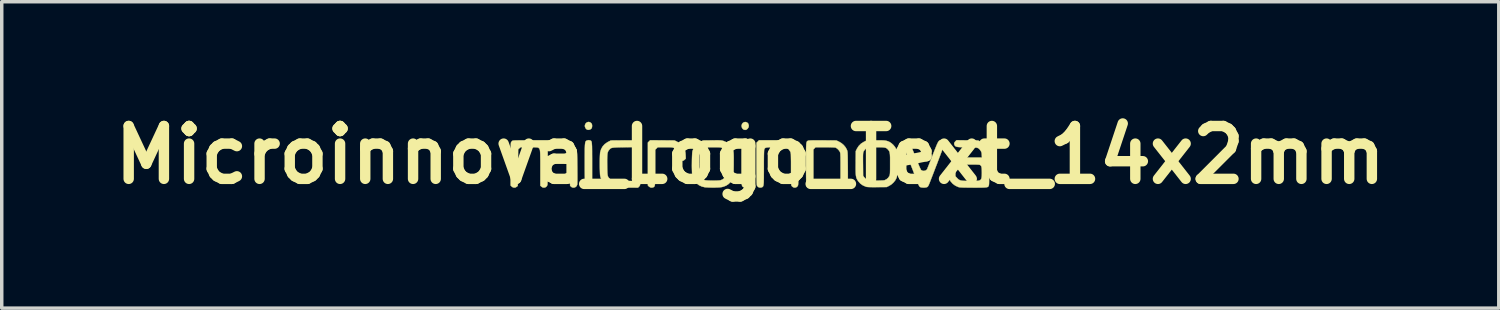
<source format=kicad_pcb>
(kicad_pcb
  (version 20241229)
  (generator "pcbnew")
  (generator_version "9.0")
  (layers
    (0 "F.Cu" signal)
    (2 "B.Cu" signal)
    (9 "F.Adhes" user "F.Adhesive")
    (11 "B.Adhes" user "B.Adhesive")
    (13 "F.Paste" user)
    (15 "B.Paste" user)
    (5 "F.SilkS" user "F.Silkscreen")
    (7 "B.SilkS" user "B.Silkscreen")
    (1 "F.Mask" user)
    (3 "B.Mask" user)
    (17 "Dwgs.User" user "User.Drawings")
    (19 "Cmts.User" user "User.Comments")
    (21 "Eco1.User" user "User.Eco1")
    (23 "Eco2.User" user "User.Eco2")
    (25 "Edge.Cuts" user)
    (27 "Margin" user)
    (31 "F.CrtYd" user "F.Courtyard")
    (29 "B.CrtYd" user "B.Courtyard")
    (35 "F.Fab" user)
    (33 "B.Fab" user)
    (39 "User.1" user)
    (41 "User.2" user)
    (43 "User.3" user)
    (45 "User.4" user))
  (footprint "Microinnova_Logo_Text_14x2mm"
    (layer "F.Cu")
    (at 18.586 1.418)
    (property "Reference" "Microinnova_Logo_Text_14x2mm" (at 0 0 0) (layer "F.SilkS") (effects (font (size 1.524 1.524) (thickness 0.3))))
    (attr through_hole)
    (fp_poly (pts (xy -0.101 -0.941) (xy -0.07 -0.917) (xy -0.057 -0.898) (xy -0.042 -0.849) (xy -0.048 -0.803) (xy -0.074 -0.761) (xy -0.078 -0.756) (xy -0.113 -0.729) (xy -0.148 -0.721) (xy -0.188 -0.731) (xy -0.219 -0.753) (xy -0.241 -0.789) (xy -0.251 -0.832) (xy -0.25 -0.852) (xy -0.236 -0.895) (xy -0.21 -0.926) (xy -0.176 -0.945) (xy -0.138 -0.95) (xy -0.101 -0.941)) (stroke (width 0.01) (type solid)) (fill yes) (layer "F.SilkS"))
    (fp_poly (pts (xy -4.626 -0.945) (xy -4.592 -0.922) (xy -4.573 -0.898) (xy -4.564 -0.873) (xy -4.561 -0.837) (xy -4.565 -0.797) (xy -4.577 -0.768) (xy -4.585 -0.757) (xy -4.618 -0.734) (xy -4.659 -0.723) (xy -4.701 -0.728) (xy -4.707 -0.73) (xy -4.728 -0.746) (xy -4.75 -0.771) (xy -4.752 -0.775) (xy -4.769 -0.817) (xy -4.769 -0.857) (xy -4.756 -0.894) (xy -4.731 -0.924) (xy -4.7 -0.944) (xy -4.664 -0.952) (xy -4.626 -0.945)) (stroke (width 0.01) (type solid)) (fill yes) (layer "F.SilkS"))
    (fp_poly (pts (xy -4.633 -0.423) (xy -4.618 -0.419) (xy -4.606 -0.415) (xy -4.595 -0.409) (xy -4.587 -0.4) (xy -4.58 -0.386) (xy -4.574 -0.366) (xy -4.57 -0.337) (xy -4.567 -0.299) (xy -4.564 -0.25) (xy -4.563 -0.188) (xy -4.562 -0.111) (xy -4.562 -0.019) (xy -4.561 0.091) (xy -4.561 0.22) (xy -4.561 0.261) (xy -4.561 0.883) (xy -4.59 0.912) (xy -4.625 0.935) (xy -4.666 0.943) (xy -4.706 0.935) (xy -4.729 0.92) (xy -4.751 0.894) (xy -4.763 0.871) (xy -4.765 0.856) (xy -4.767 0.82) (xy -4.769 0.767) (xy -4.77 0.698) (xy -4.771 0.615) (xy -4.772 0.518) (xy -4.773 0.411) (xy -4.773 0.294) (xy -4.773 0.258) (xy -4.773 0.125) (xy -4.773 0.012) (xy -4.772 -0.084) (xy -4.772 -0.164) (xy -4.77 -0.228) (xy -4.768 -0.28) (xy -4.764 -0.32) (xy -4.76 -0.351) (xy -4.754 -0.373) (xy -4.747 -0.389) (xy -4.738 -0.4) (xy -4.728 -0.408) (xy -4.716 -0.414) (xy -4.706 -0.418) (xy -4.668 -0.427) (xy -4.633 -0.423)) (stroke (width 0.01) (type solid)) (fill yes) (layer "F.SilkS"))
    (fp_poly (pts (xy -0.124 -0.423) (xy -0.085 -0.405) (xy -0.063 -0.384) (xy -0.059 -0.378) (xy -0.055 -0.37) (xy -0.052 -0.359) (xy -0.049 -0.344) (xy -0.047 -0.323) (xy -0.046 -0.293) (xy -0.045 -0.254) (xy -0.044 -0.203) (xy -0.043 -0.139) (xy -0.043 -0.061) (xy -0.042 0.034) (xy -0.042 0.147) (xy -0.042 0.262) (xy -0.042 0.88) (xy -0.073 0.911) (xy -0.103 0.934) (xy -0.135 0.941) (xy -0.145 0.942) (xy -0.176 0.938) (xy -0.199 0.93) (xy -0.202 0.928) (xy -0.212 0.92) (xy -0.222 0.912) (xy -0.23 0.902) (xy -0.236 0.89) (xy -0.241 0.873) (xy -0.245 0.849) (xy -0.248 0.818) (xy -0.251 0.777) (xy -0.252 0.724) (xy -0.253 0.658) (xy -0.254 0.578) (xy -0.254 0.481) (xy -0.254 0.366) (xy -0.254 0.26) (xy -0.254 0.131) (xy -0.254 0.022) (xy -0.254 -0.069) (xy -0.253 -0.144) (xy -0.252 -0.205) (xy -0.251 -0.253) (xy -0.25 -0.291) (xy -0.248 -0.319) (xy -0.246 -0.339) (xy -0.243 -0.354) (xy -0.24 -0.365) (xy -0.236 -0.374) (xy -0.233 -0.378) (xy -0.203 -0.409) (xy -0.165 -0.424) (xy -0.124 -0.423)) (stroke (width 0.01) (type solid)) (fill yes) (layer "F.SilkS"))
    (fp_poly (pts (xy -2.536 -0.421) (xy -2.185 -0.418) (xy -2.114 -0.384) (xy -2.034 -0.335) (xy -1.965 -0.27) (xy -1.913 -0.193) (xy -1.903 -0.173) (xy -1.886 -0.135) (xy -1.876 -0.099) (xy -1.869 -0.06) (xy -1.865 -0.008) (xy -1.865 0.001) (xy -1.86 0.105) (xy -1.892 0.137) (xy -1.923 0.161) (xy -1.955 0.169) (xy -1.963 0.169) (xy -2.01 0.162) (xy -2.043 0.14) (xy -2.064 0.102) (xy -2.074 0.047) (xy -2.074 0.021) (xy -2.083 -0.054) (xy -2.109 -0.117) (xy -2.153 -0.168) (xy -2.204 -0.202) (xy -2.219 -0.209) (xy -2.237 -0.214) (xy -2.261 -0.218) (xy -2.294 -0.22) (xy -2.339 -0.222) (xy -2.399 -0.222) (xy -2.456 -0.222) (xy -2.669 -0.222) (xy -2.741 -0.15) (xy -2.741 0.354) (xy -2.741 0.476) (xy -2.741 0.578) (xy -2.742 0.663) (xy -2.743 0.732) (xy -2.745 0.787) (xy -2.748 0.83) (xy -2.751 0.862) (xy -2.756 0.886) (xy -2.762 0.903) (xy -2.77 0.914) (xy -2.779 0.923) (xy -2.791 0.93) (xy -2.793 0.931) (xy -2.836 0.943) (xy -2.88 0.937) (xy -2.919 0.914) (xy -2.922 0.911) (xy -2.953 0.88) (xy -2.953 -0.358) (xy -2.92 -0.391) (xy -2.887 -0.424) (xy -2.536 -0.421)) (stroke (width 0.01) (type solid)) (fill yes) (layer "F.SilkS"))
    (fp_poly (pts (xy 4.52 -0.423) (xy 4.535 -0.419) (xy 4.55 -0.412) (xy 4.565 -0.398) (xy 4.58 -0.377) (xy 4.597 -0.347) (xy 4.617 -0.305) (xy 4.641 -0.251) (xy 4.669 -0.182) (xy 4.703 -0.097) (xy 4.744 0.007) (xy 4.747 0.015) (xy 4.782 0.102) (xy 4.814 0.184) (xy 4.845 0.257) (xy 4.871 0.321) (xy 4.894 0.372) (xy 4.911 0.409) (xy 4.921 0.428) (xy 4.923 0.431) (xy 4.957 0.453) (xy 4.998 0.461) (xy 5.041 0.455) (xy 5.077 0.436) (xy 5.1 0.41) (xy 5.106 0.395) (xy 5.119 0.362) (xy 5.138 0.315) (xy 5.162 0.255) (xy 5.19 0.184) (xy 5.221 0.105) (xy 5.254 0.02) (xy 5.26 0.005) (xy 5.3 -0.098) (xy 5.334 -0.183) (xy 5.362 -0.252) (xy 5.385 -0.306) (xy 5.405 -0.348) (xy 5.422 -0.378) (xy 5.437 -0.399) (xy 5.452 -0.412) (xy 5.467 -0.42) (xy 5.483 -0.423) (xy 5.499 -0.423) (xy 5.537 -0.414) (xy 5.57 -0.391) (xy 5.592 -0.36) (xy 5.599 -0.331) (xy 5.596 -0.32) (xy 5.59 -0.297) (xy 5.578 -0.262) (xy 5.561 -0.215) (xy 5.539 -0.154) (xy 5.511 -0.079) (xy 5.477 0.01) (xy 5.437 0.116) (xy 5.391 0.238) (xy 5.337 0.377) (xy 5.277 0.534) (xy 5.209 0.709) (xy 5.179 0.786) (xy 5.157 0.841) (xy 5.14 0.878) (xy 5.126 0.903) (xy 5.112 0.919) (xy 5.101 0.926) (xy 5.069 0.936) (xy 5.024 0.941) (xy 4.976 0.941) (xy 4.932 0.936) (xy 4.899 0.926) (xy 4.898 0.926) (xy 4.884 0.914) (xy 4.87 0.894) (xy 4.853 0.862) (xy 4.833 0.814) (xy 4.822 0.786) (xy 4.751 0.603) (xy 4.688 0.438) (xy 4.631 0.292) (xy 4.582 0.163) (xy 4.539 0.051) (xy 4.503 -0.045) (xy 4.473 -0.126) (xy 4.448 -0.192) (xy 4.429 -0.245) (xy 4.416 -0.284) (xy 4.407 -0.312) (xy 4.403 -0.328) (xy 4.403 -0.331) (xy 4.412 -0.366) (xy 4.437 -0.396) (xy 4.471 -0.417) (xy 4.502 -0.423) (xy 4.52 -0.423)) (stroke (width 0.01) (type solid)) (fill yes) (layer "F.SilkS"))
    (fp_poly (pts (xy -3.429 -0.422) (xy -3.353 -0.421) (xy -3.296 -0.419) (xy -3.258 -0.417) (xy -3.239 -0.413) (xy -3.239 -0.413) (xy -3.204 -0.389) (xy -3.184 -0.354) (xy -3.181 -0.315) (xy -3.195 -0.276) (xy -3.213 -0.253) (xy -3.24 -0.228) (xy -3.607 -0.222) (xy -3.71 -0.221) (xy -3.794 -0.219) (xy -3.862 -0.217) (xy -3.915 -0.214) (xy -3.956 -0.21) (xy -3.987 -0.204) (xy -4.011 -0.197) (xy -4.029 -0.187) (xy -4.045 -0.174) (xy -4.06 -0.157) (xy -4.073 -0.141) (xy -4.089 -0.12) (xy -4.101 -0.098) (xy -4.111 -0.071) (xy -4.118 -0.038) (xy -4.122 0.005) (xy -4.125 0.06) (xy -4.127 0.128) (xy -4.127 0.213) (xy -4.126 0.296) (xy -4.125 0.387) (xy -4.123 0.459) (xy -4.121 0.516) (xy -4.117 0.559) (xy -4.112 0.592) (xy -4.105 0.617) (xy -4.095 0.637) (xy -4.082 0.655) (xy -4.065 0.673) (xy -4.057 0.682) (xy -4.04 0.698) (xy -4.023 0.712) (xy -4.005 0.723) (xy -3.983 0.731) (xy -3.954 0.737) (xy -3.916 0.742) (xy -3.867 0.745) (xy -3.804 0.747) (xy -3.725 0.748) (xy -3.628 0.749) (xy -3.609 0.749) (xy -3.525 0.75) (xy -3.446 0.751) (xy -3.377 0.752) (xy -3.319 0.753) (xy -3.275 0.755) (xy -3.248 0.756) (xy -3.241 0.757) (xy -3.218 0.771) (xy -3.195 0.798) (xy -3.18 0.831) (xy -3.175 0.855) (xy -3.182 0.878) (xy -3.2 0.905) (xy -3.206 0.911) (xy -3.237 0.942) (xy -3.611 0.941) (xy -3.699 0.94) (xy -3.782 0.939) (xy -3.857 0.938) (xy -3.921 0.937) (xy -3.971 0.935) (xy -4.005 0.933) (xy -4.019 0.932) (xy -4.079 0.91) (xy -4.142 0.875) (xy -4.199 0.831) (xy -4.222 0.808) (xy -4.275 0.74) (xy -4.31 0.668) (xy -4.327 0.605) (xy -4.331 0.577) (xy -4.334 0.531) (xy -4.336 0.471) (xy -4.338 0.401) (xy -4.339 0.325) (xy -4.339 0.246) (xy -4.339 0.167) (xy -4.338 0.094) (xy -4.336 0.028) (xy -4.333 -0.026) (xy -4.33 -0.064) (xy -4.329 -0.075) (xy -4.301 -0.167) (xy -4.256 -0.247) (xy -4.195 -0.314) (xy -4.117 -0.368) (xy -4.098 -0.378) (xy -4.018 -0.418) (xy -3.642 -0.421) (xy -3.525 -0.422) (xy -3.429 -0.422)) (stroke (width 0.01) (type solid)) (fill yes) (layer "F.SilkS"))
    (fp_poly (pts (xy 1.986 -0.422) (xy 2.091 -0.421) (xy 2.482 -0.418) (xy 2.559 -0.382) (xy 2.631 -0.339) (xy 2.696 -0.283) (xy 2.749 -0.218) (xy 2.785 -0.152) (xy 2.791 -0.136) (xy 2.796 -0.122) (xy 2.8 -0.105) (xy 2.803 -0.085) (xy 2.806 -0.059) (xy 2.807 -0.025) (xy 2.809 0.019) (xy 2.81 0.075) (xy 2.811 0.146) (xy 2.812 0.232) (xy 2.813 0.338) (xy 2.813 0.375) (xy 2.814 0.473) (xy 2.814 0.565) (xy 2.814 0.649) (xy 2.814 0.722) (xy 2.813 0.782) (xy 2.812 0.827) (xy 2.811 0.855) (xy 2.811 0.863) (xy 2.799 0.886) (xy 2.78 0.911) (xy 2.777 0.914) (xy 2.74 0.938) (xy 2.698 0.943) (xy 2.657 0.929) (xy 2.634 0.911) (xy 2.603 0.88) (xy 2.603 0.416) (xy 2.603 0.304) (xy 2.603 0.211) (xy 2.602 0.135) (xy 2.602 0.074) (xy 2.6 0.027) (xy 2.599 -0.01) (xy 2.597 -0.037) (xy 2.594 -0.058) (xy 2.59 -0.073) (xy 2.586 -0.085) (xy 2.584 -0.09) (xy 2.559 -0.129) (xy 2.524 -0.167) (xy 2.485 -0.198) (xy 2.459 -0.212) (xy 2.441 -0.215) (xy 2.406 -0.217) (xy 2.356 -0.219) (xy 2.294 -0.221) (xy 2.223 -0.222) (xy 2.157 -0.222) (xy 1.882 -0.222) (xy 1.851 -0.189) (xy 1.82 -0.157) (xy 1.82 0.353) (xy 1.82 0.473) (xy 1.82 0.574) (xy 1.82 0.657) (xy 1.819 0.724) (xy 1.817 0.778) (xy 1.815 0.819) (xy 1.812 0.851) (xy 1.807 0.874) (xy 1.802 0.891) (xy 1.795 0.904) (xy 1.786 0.914) (xy 1.775 0.923) (xy 1.768 0.928) (xy 1.743 0.938) (xy 1.709 0.941) (xy 1.675 0.937) (xy 1.659 0.93) (xy 1.649 0.924) (xy 1.64 0.917) (xy 1.632 0.907) (xy 1.626 0.893) (xy 1.621 0.874) (xy 1.617 0.847) (xy 1.614 0.811) (xy 1.612 0.764) (xy 1.611 0.705) (xy 1.61 0.632) (xy 1.609 0.543) (xy 1.609 0.437) (xy 1.609 0.312) (xy 1.609 0.259) (xy 1.609 0.126) (xy 1.609 0.013) (xy 1.609 -0.082) (xy 1.61 -0.161) (xy 1.611 -0.226) (xy 1.614 -0.277) (xy 1.616 -0.317) (xy 1.62 -0.347) (xy 1.626 -0.369) (xy 1.632 -0.385) (xy 1.64 -0.395) (xy 1.649 -0.402) (xy 1.661 -0.408) (xy 1.67 -0.412) (xy 1.685 -0.415) (xy 1.714 -0.418) (xy 1.757 -0.42) (xy 1.816 -0.421) (xy 1.892 -0.422) (xy 1.986 -0.422)) (stroke (width 0.01) (type solid)) (fill yes) (layer "F.SilkS"))
    (fp_poly (pts (xy 0.734 -0.423) (xy 0.816 -0.423) (xy 0.882 -0.422) (xy 0.934 -0.421) (xy 0.975 -0.42) (xy 1.006 -0.417) (xy 1.031 -0.414) (xy 1.052 -0.41) (xy 1.071 -0.405) (xy 1.081 -0.402) (xy 1.166 -0.364) (xy 1.241 -0.31) (xy 1.304 -0.242) (xy 1.351 -0.163) (xy 1.358 -0.148) (xy 1.363 -0.134) (xy 1.368 -0.119) (xy 1.372 -0.103) (xy 1.375 -0.082) (xy 1.377 -0.055) (xy 1.379 -0.02) (xy 1.38 0.026) (xy 1.382 0.083) (xy 1.382 0.156) (xy 1.383 0.245) (xy 1.384 0.352) (xy 1.384 0.38) (xy 1.385 0.504) (xy 1.385 0.608) (xy 1.385 0.693) (xy 1.384 0.761) (xy 1.382 0.813) (xy 1.38 0.849) (xy 1.377 0.873) (xy 1.375 0.881) (xy 1.35 0.917) (xy 1.316 0.937) (xy 1.277 0.942) (xy 1.238 0.932) (xy 1.204 0.907) (xy 1.187 0.882) (xy 1.183 0.866) (xy 1.181 0.833) (xy 1.178 0.783) (xy 1.177 0.713) (xy 1.176 0.624) (xy 1.175 0.515) (xy 1.175 0.402) (xy 1.175 0.292) (xy 1.175 0.2) (xy 1.174 0.126) (xy 1.173 0.066) (xy 1.172 0.02) (xy 1.171 -0.016) (xy 1.168 -0.042) (xy 1.166 -0.061) (xy 1.162 -0.075) (xy 1.158 -0.087) (xy 1.155 -0.093) (xy 1.134 -0.127) (xy 1.11 -0.159) (xy 1.107 -0.162) (xy 1.09 -0.179) (xy 1.072 -0.193) (xy 1.051 -0.203) (xy 1.025 -0.211) (xy 0.99 -0.216) (xy 0.944 -0.219) (xy 0.884 -0.221) (xy 0.808 -0.222) (xy 0.733 -0.222) (xy 0.646 -0.222) (xy 0.577 -0.221) (xy 0.524 -0.219) (xy 0.485 -0.216) (xy 0.457 -0.211) (xy 0.437 -0.204) (xy 0.424 -0.194) (xy 0.413 -0.18) (xy 0.404 -0.163) (xy 0.403 -0.162) (xy 0.4 -0.147) (xy 0.398 -0.116) (xy 0.396 -0.066) (xy 0.394 0.001) (xy 0.393 0.088) (xy 0.392 0.194) (xy 0.392 0.32) (xy 0.392 0.36) (xy 0.392 0.481) (xy 0.391 0.583) (xy 0.391 0.667) (xy 0.389 0.735) (xy 0.388 0.79) (xy 0.385 0.832) (xy 0.381 0.864) (xy 0.376 0.887) (xy 0.37 0.904) (xy 0.362 0.915) (xy 0.353 0.923) (xy 0.341 0.93) (xy 0.339 0.931) (xy 0.304 0.941) (xy 0.264 0.939) (xy 0.231 0.926) (xy 0.226 0.923) (xy 0.204 0.9) (xy 0.192 0.882) (xy 0.189 0.868) (xy 0.187 0.838) (xy 0.184 0.792) (xy 0.183 0.729) (xy 0.182 0.647) (xy 0.181 0.546) (xy 0.18 0.426) (xy 0.18 0.285) (xy 0.18 0.254) (xy 0.18 -0.351) (xy 0.216 -0.387) (xy 0.252 -0.423) (xy 0.633 -0.423) (xy 0.734 -0.423)) (stroke (width 0.01) (type solid)) (fill yes) (layer "F.SilkS"))
    (fp_poly (pts (xy -0.906 -0.422) (xy -0.868 -0.42) (xy -0.838 -0.418) (xy -0.812 -0.413) (xy -0.789 -0.408) (xy -0.773 -0.403) (xy -0.687 -0.367) (xy -0.613 -0.314) (xy -0.553 -0.247) (xy -0.508 -0.168) (xy -0.492 -0.123) (xy -0.487 -0.104) (xy -0.484 -0.081) (xy -0.481 -0.051) (xy -0.479 -0.013) (xy -0.478 0.036) (xy -0.477 0.099) (xy -0.478 0.178) (xy -0.478 0.275) (xy -0.478 0.282) (xy -0.482 0.63) (xy -0.509 0.688) (xy -0.558 0.769) (xy -0.623 0.835) (xy -0.699 0.886) (xy -0.787 0.919) (xy -0.847 0.931) (xy -0.893 0.935) (xy -0.955 0.938) (xy -1.027 0.94) (xy -1.103 0.94) (xy -1.177 0.939) (xy -1.244 0.936) (xy -1.298 0.933) (xy -1.308 0.932) (xy -1.396 0.911) (xy -1.477 0.873) (xy -1.548 0.82) (xy -1.606 0.753) (xy -1.649 0.675) (xy -1.671 0.605) (xy -1.675 0.572) (xy -1.679 0.522) (xy -1.681 0.458) (xy -1.683 0.385) (xy -1.684 0.306) (xy -1.683 0.224) (xy -1.682 0.152) (xy -1.47 0.152) (xy -1.47 0.243) (xy -1.469 0.281) (xy -1.466 0.589) (xy -1.437 0.633) (xy -1.402 0.675) (xy -1.362 0.705) (xy -1.315 0.726) (xy -1.289 0.731) (xy -1.246 0.735) (xy -1.191 0.738) (xy -1.129 0.74) (xy -1.063 0.741) (xy -0.998 0.74) (xy -0.939 0.738) (xy -0.891 0.735) (xy -0.857 0.73) (xy -0.853 0.729) (xy -0.798 0.706) (xy -0.748 0.666) (xy -0.711 0.617) (xy -0.708 0.612) (xy -0.702 0.6) (xy -0.698 0.586) (xy -0.694 0.569) (xy -0.692 0.545) (xy -0.69 0.514) (xy -0.689 0.471) (xy -0.689 0.415) (xy -0.689 0.343) (xy -0.69 0.252) (xy -0.69 0.244) (xy -0.693 -0.083) (xy -0.727 -0.129) (xy -0.756 -0.161) (xy -0.79 -0.19) (xy -0.805 -0.198) (xy -0.821 -0.206) (xy -0.837 -0.212) (xy -0.857 -0.217) (xy -0.883 -0.219) (xy -0.919 -0.221) (xy -0.969 -0.222) (xy -1.034 -0.222) (xy -1.076 -0.222) (xy -1.16 -0.222) (xy -1.226 -0.22) (xy -1.276 -0.217) (xy -1.315 -0.211) (xy -1.345 -0.202) (xy -1.369 -0.188) (xy -1.391 -0.17) (xy -1.413 -0.147) (xy -1.416 -0.144) (xy -1.431 -0.125) (xy -1.444 -0.106) (xy -1.453 -0.084) (xy -1.46 -0.057) (xy -1.465 -0.023) (xy -1.468 0.022) (xy -1.47 0.08) (xy -1.47 0.152) (xy -1.682 0.152) (xy -1.682 0.143) (xy -1.68 0.067) (xy -1.677 -0.001) (xy -1.674 -0.057) (xy -1.669 -0.097) (xy -1.666 -0.111) (xy -1.634 -0.197) (xy -1.583 -0.271) (xy -1.515 -0.334) (xy -1.431 -0.385) (xy -1.43 -0.385) (xy -1.36 -0.418) (xy -1.102 -0.421) (xy -1.02 -0.422) (xy -0.956 -0.423) (xy -0.906 -0.422)) (stroke (width 0.01) (type solid)) (fill yes) (layer "F.SilkS"))
    (fp_poly (pts (xy 3.773 -0.422) (xy 3.834 -0.419) (xy 3.884 -0.415) (xy 3.925 -0.407) (xy 3.961 -0.397) (xy 3.994 -0.384) (xy 4.015 -0.374) (xy 4.071 -0.337) (xy 4.125 -0.288) (xy 4.171 -0.232) (xy 4.194 -0.194) (xy 4.208 -0.164) (xy 4.22 -0.134) (xy 4.228 -0.1) (xy 4.235 -0.06) (xy 4.239 -0.012) (xy 4.242 0.047) (xy 4.243 0.12) (xy 4.243 0.21) (xy 4.242 0.296) (xy 4.241 0.386) (xy 4.239 0.458) (xy 4.238 0.514) (xy 4.236 0.557) (xy 4.234 0.59) (xy 4.23 0.615) (xy 4.226 0.635) (xy 4.22 0.653) (xy 4.214 0.67) (xy 4.178 0.736) (xy 4.126 0.799) (xy 4.064 0.854) (xy 4.002 0.891) (xy 3.932 0.926) (xy 3.657 0.928) (xy 3.562 0.929) (xy 3.486 0.928) (xy 3.428 0.927) (xy 3.385 0.924) (xy 3.354 0.921) (xy 3.339 0.917) (xy 3.25 0.879) (xy 3.176 0.827) (xy 3.115 0.759) (xy 3.108 0.749) (xy 3.09 0.721) (xy 3.075 0.694) (xy 3.063 0.666) (xy 3.054 0.634) (xy 3.047 0.597) (xy 3.043 0.551) (xy 3.04 0.494) (xy 3.039 0.423) (xy 3.039 0.336) (xy 3.04 0.231) (xy 3.04 0.231) (xy 3.041 0.099) (xy 3.25 0.099) (xy 3.25 0.173) (xy 3.251 0.266) (xy 3.251 0.269) (xy 3.254 0.6) (xy 3.283 0.641) (xy 3.33 0.691) (xy 3.39 0.725) (xy 3.406 0.731) (xy 3.43 0.734) (xy 3.47 0.737) (xy 3.523 0.739) (xy 3.584 0.74) (xy 3.649 0.74) (xy 3.713 0.739) (xy 3.772 0.737) (xy 3.822 0.735) (xy 3.859 0.732) (xy 3.874 0.729) (xy 3.929 0.702) (xy 3.977 0.66) (xy 4.01 0.611) (xy 4.017 0.596) (xy 4.022 0.581) (xy 4.025 0.563) (xy 4.028 0.538) (xy 4.03 0.505) (xy 4.031 0.461) (xy 4.032 0.402) (xy 4.032 0.328) (xy 4.032 0.256) (xy 4.032 0.161) (xy 4.032 0.085) (xy 4.03 0.025) (xy 4.027 -0.022) (xy 4.022 -0.058) (xy 4.016 -0.086) (xy 4.006 -0.109) (xy 3.994 -0.128) (xy 3.978 -0.147) (xy 3.965 -0.162) (xy 3.946 -0.181) (xy 3.926 -0.195) (xy 3.903 -0.206) (xy 3.873 -0.213) (xy 3.833 -0.218) (xy 3.78 -0.221) (xy 3.712 -0.222) (xy 3.635 -0.222) (xy 3.557 -0.222) (xy 3.496 -0.221) (xy 3.451 -0.219) (xy 3.418 -0.217) (xy 3.395 -0.213) (xy 3.378 -0.208) (xy 3.373 -0.205) (xy 3.317 -0.167) (xy 3.276 -0.116) (xy 3.269 -0.103) (xy 3.263 -0.09) (xy 3.259 -0.077) (xy 3.255 -0.059) (xy 3.253 -0.035) (xy 3.251 -0.002) (xy 3.25 0.042) (xy 3.25 0.099) (xy 3.041 0.099) (xy 3.043 -0.112) (xy 3.077 -0.181) (xy 3.127 -0.259) (xy 3.193 -0.325) (xy 3.275 -0.377) (xy 3.289 -0.384) (xy 3.36 -0.418) (xy 3.604 -0.422) (xy 3.697 -0.422) (xy 3.773 -0.422)) (stroke (width 0.01) (type solid)) (fill yes) (layer "F.SilkS"))
    (fp_poly (pts (xy -5.822 -0.423) (xy -5.71 -0.423) (xy -5.615 -0.422) (xy -5.534 -0.421) (xy -5.467 -0.419) (xy -5.411 -0.417) (xy -5.365 -0.414) (xy -5.328 -0.41) (xy -5.298 -0.405) (xy -5.273 -0.399) (xy -5.251 -0.392) (xy -5.232 -0.383) (xy -5.214 -0.373) (xy -5.194 -0.361) (xy -5.187 -0.356) (xy -5.133 -0.315) (xy -5.083 -0.261) (xy -5.04 -0.2) (xy -5.011 -0.139) (xy -5.01 -0.135) (xy -5.005 -0.119) (xy -5.001 -0.1) (xy -4.998 -0.075) (xy -4.995 -0.043) (xy -4.993 -0.001) (xy -4.992 0.052) (xy -4.99 0.119) (xy -4.989 0.201) (xy -4.988 0.302) (xy -4.987 0.37) (xy -4.987 0.467) (xy -4.986 0.558) (xy -4.986 0.641) (xy -4.986 0.714) (xy -4.987 0.774) (xy -4.988 0.819) (xy -4.989 0.847) (xy -4.99 0.853) (xy -5.006 0.894) (xy -5.036 0.924) (xy -5.074 0.94) (xy -5.114 0.942) (xy -5.153 0.927) (xy -5.168 0.914) (xy -5.196 0.887) (xy -5.199 0.414) (xy -5.199 0.302) (xy -5.2 0.209) (xy -5.201 0.133) (xy -5.202 0.072) (xy -5.203 0.024) (xy -5.205 -0.013) (xy -5.207 -0.04) (xy -5.21 -0.06) (xy -5.214 -0.075) (xy -5.218 -0.087) (xy -5.223 -0.098) (xy -5.224 -0.101) (xy -5.246 -0.138) (xy -5.27 -0.166) (xy -5.297 -0.188) (xy -5.331 -0.203) (xy -5.376 -0.213) (xy -5.433 -0.219) (xy -5.507 -0.222) (xy -5.576 -0.222) (xy -5.777 -0.222) (xy -5.842 -0.157) (xy -5.842 0.344) (xy -5.842 0.452) (xy -5.843 0.552) (xy -5.844 0.642) (xy -5.845 0.719) (xy -5.847 0.783) (xy -5.848 0.831) (xy -5.85 0.862) (xy -5.852 0.871) (xy -5.876 0.91) (xy -5.911 0.935) (xy -5.952 0.943) (xy -5.993 0.934) (xy -6.024 0.913) (xy -6.054 0.885) (xy -6.054 0.384) (xy -6.054 0.262) (xy -6.054 0.159) (xy -6.055 0.074) (xy -6.056 0.004) (xy -6.058 -0.051) (xy -6.061 -0.095) (xy -6.064 -0.128) (xy -6.07 -0.153) (xy -6.076 -0.171) (xy -6.084 -0.184) (xy -6.094 -0.194) (xy -6.105 -0.203) (xy -6.108 -0.205) (xy -6.118 -0.211) (xy -6.134 -0.215) (xy -6.157 -0.218) (xy -6.191 -0.22) (xy -6.238 -0.221) (xy -6.301 -0.222) (xy -6.379 -0.222) (xy -6.625 -0.222) (xy -6.694 -0.161) (xy -6.699 0.365) (xy -6.705 0.891) (xy -6.734 0.916) (xy -6.775 0.939) (xy -6.819 0.942) (xy -6.861 0.926) (xy -6.88 0.911) (xy -6.911 0.88) (xy -6.911 0.27) (xy -6.911 0.125) (xy -6.91 -0.000312) (xy -6.909 -0.106) (xy -6.908 -0.192) (xy -6.907 -0.26) (xy -6.905 -0.31) (xy -6.903 -0.344) (xy -6.9 -0.361) (xy -6.899 -0.363) (xy -6.881 -0.388) (xy -6.865 -0.405) (xy -6.859 -0.408) (xy -6.851 -0.411) (xy -6.839 -0.414) (xy -6.82 -0.416) (xy -6.795 -0.418) (xy -6.761 -0.419) (xy -6.717 -0.42) (xy -6.661 -0.421) (xy -6.592 -0.422) (xy -6.509 -0.422) (xy -6.409 -0.423) (xy -6.292 -0.423) (xy -6.155 -0.423) (xy -6.101 -0.423) (xy -5.952 -0.423) (xy -5.822 -0.423)) (stroke (width 0.01) (type solid)) (fill yes) (layer "F.SilkS"))
    (fp_poly (pts (xy 6.258 -0.421) (xy 6.567 -0.418) (xy 6.644 -0.382) (xy 6.719 -0.337) (xy 6.784 -0.278) (xy 6.836 -0.21) (xy 6.86 -0.162) (xy 6.866 -0.147) (xy 6.87 -0.132) (xy 6.874 -0.116) (xy 6.878 -0.096) (xy 6.88 -0.071) (xy 6.882 -0.037) (xy 6.884 0.006) (xy 6.885 0.061) (xy 6.886 0.131) (xy 6.886 0.216) (xy 6.887 0.32) (xy 6.888 0.375) (xy 6.888 0.499) (xy 6.888 0.603) (xy 6.888 0.688) (xy 6.887 0.756) (xy 6.886 0.809) (xy 6.884 0.846) (xy 6.881 0.87) (xy 6.878 0.881) (xy 6.872 0.896) (xy 6.864 0.909) (xy 6.855 0.919) (xy 6.84 0.926) (xy 6.819 0.932) (xy 6.789 0.936) (xy 6.748 0.939) (xy 6.694 0.941) (xy 6.625 0.941) (xy 6.539 0.942) (xy 6.435 0.942) (xy 6.332 0.941) (xy 6.248 0.941) (xy 6.181 0.94) (xy 6.128 0.939) (xy 6.086 0.937) (xy 6.055 0.935) (xy 6.031 0.932) (xy 6.012 0.928) (xy 5.995 0.923) (xy 5.995 0.923) (xy 5.911 0.884) (xy 5.838 0.83) (xy 5.779 0.764) (xy 5.736 0.688) (xy 5.72 0.642) (xy 5.707 0.566) (xy 5.706 0.515) (xy 5.916 0.515) (xy 5.916 0.615) (xy 5.965 0.667) (xy 5.989 0.692) (xy 6.013 0.711) (xy 6.038 0.725) (xy 6.069 0.736) (xy 6.108 0.743) (xy 6.159 0.747) (xy 6.223 0.749) (xy 6.304 0.751) (xy 6.342 0.751) (xy 6.425 0.751) (xy 6.49 0.75) (xy 6.538 0.748) (xy 6.573 0.745) (xy 6.597 0.74) (xy 6.609 0.736) (xy 6.634 0.723) (xy 6.652 0.706) (xy 6.664 0.68) (xy 6.672 0.644) (xy 6.677 0.594) (xy 6.678 0.527) (xy 6.678 0.508) (xy 6.677 0.437) (xy 6.674 0.385) (xy 6.668 0.346) (xy 6.658 0.32) (xy 6.643 0.301) (xy 6.623 0.287) (xy 6.609 0.283) (xy 6.584 0.28) (xy 6.546 0.278) (xy 6.492 0.277) (xy 6.422 0.277) (xy 6.333 0.277) (xy 6.327 0.277) (xy 6.055 0.28) (xy 6.01 0.313) (xy 5.969 0.345) (xy 5.942 0.376) (xy 5.926 0.413) (xy 5.918 0.461) (xy 5.916 0.515) (xy 5.706 0.515) (xy 5.705 0.485) (xy 5.714 0.406) (xy 5.734 0.337) (xy 5.739 0.326) (xy 5.785 0.249) (xy 5.848 0.182) (xy 5.925 0.13) (xy 6.011 0.093) (xy 6.026 0.089) (xy 6.051 0.084) (xy 6.087 0.08) (xy 6.136 0.078) (xy 6.2 0.076) (xy 6.282 0.075) (xy 6.38 0.074) (xy 6.68 0.074) (xy 6.676 -0.003) (xy 6.673 -0.047) (xy 6.665 -0.079) (xy 6.652 -0.108) (xy 6.638 -0.129) (xy 6.619 -0.155) (xy 6.599 -0.176) (xy 6.578 -0.193) (xy 6.551 -0.204) (xy 6.515 -0.213) (xy 6.47 -0.218) (xy 6.411 -0.221) (xy 6.336 -0.222) (xy 6.254 -0.222) (xy 6.161 -0.223) (xy 6.087 -0.224) (xy 6.029 -0.226) (xy 5.985 -0.23) (xy 5.953 -0.236) (xy 5.929 -0.245) (xy 5.912 -0.256) (xy 5.899 -0.271) (xy 5.894 -0.278) (xy 5.879 -0.316) (xy 5.884 -0.352) (xy 5.91 -0.388) (xy 5.917 -0.395) (xy 5.95 -0.425) (xy 6.258 -0.421)) (stroke (width 0.01) (type solid)) (fill yes) (layer "F.SilkS")))
  (gr_rect
    (start -3 -3)
    (end 40.171 5.836)
    (stroke (width 0.1) (type default))
    (fill no)
    (layer "Edge.Cuts")))
</source>
